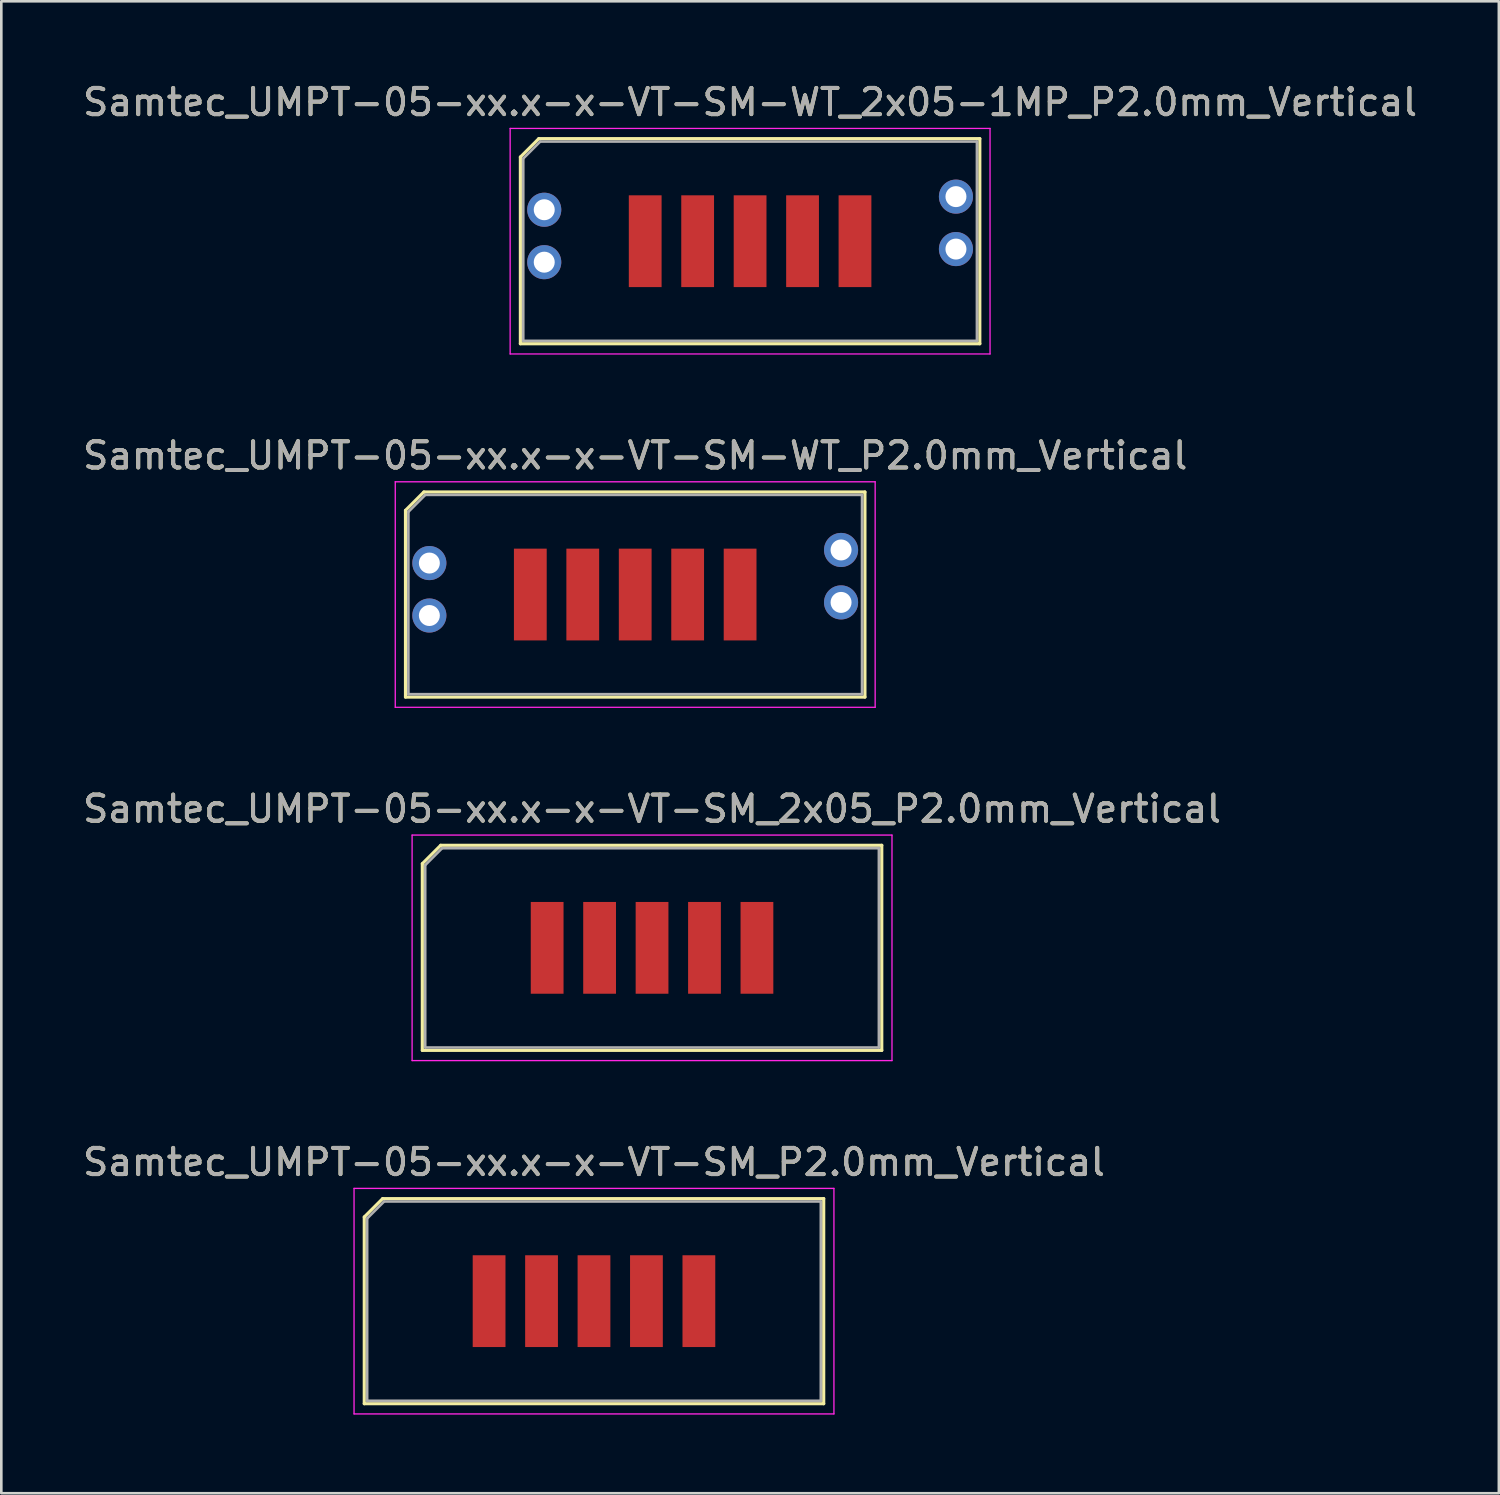
<source format=kicad_pcb>
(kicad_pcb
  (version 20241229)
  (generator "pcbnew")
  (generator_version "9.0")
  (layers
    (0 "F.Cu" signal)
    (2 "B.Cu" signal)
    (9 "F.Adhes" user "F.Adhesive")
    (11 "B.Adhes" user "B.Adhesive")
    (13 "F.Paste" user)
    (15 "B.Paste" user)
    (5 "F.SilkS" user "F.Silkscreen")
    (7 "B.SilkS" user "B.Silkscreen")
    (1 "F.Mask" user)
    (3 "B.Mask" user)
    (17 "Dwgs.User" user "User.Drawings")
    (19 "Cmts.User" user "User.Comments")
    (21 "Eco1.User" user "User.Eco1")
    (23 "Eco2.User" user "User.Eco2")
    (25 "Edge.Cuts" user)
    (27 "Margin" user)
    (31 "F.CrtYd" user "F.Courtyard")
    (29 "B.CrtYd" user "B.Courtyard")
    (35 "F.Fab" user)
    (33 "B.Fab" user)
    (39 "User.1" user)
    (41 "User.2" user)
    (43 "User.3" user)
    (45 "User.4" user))
  (footprint "Samtec_UMPT-05-xx.x-x-VT-SM_2x05_P2.0mm_Vertical"
    (layer "F.Cu")
    (at 21.815 33.095)
    (property "Reference" "Samtec_UMPT-05-xx.x-x-VT-SM_2x05_P2.0mm_Vertical" (at 0 -5.3 0) (layer "F.SilkS") (effects (font (size 1 1) (thickness 0.15))))
    (attr smd)
    (fp_line (start -8.76 -3.209) (end -8.76 3.91) (stroke (width 0.12) (type solid)) (layer "F.SilkS"))
    (fp_line (start -8.76 3.91) (end 8.76 3.91) (stroke (width 0.12) (type solid)) (layer "F.SilkS"))
    (fp_line (start -8.059 -3.91) (end -8.76 -3.209) (stroke (width 0.12) (type solid)) (layer "F.SilkS"))
    (fp_line (start 8.76 -3.91) (end -8.059 -3.91) (stroke (width 0.12) (type solid)) (layer "F.SilkS"))
    (fp_line (start 8.76 3.91) (end 8.76 -3.91) (stroke (width 0.12) (type solid)) (layer "F.SilkS"))
    (fp_line (start -9.15 -4.3) (end -9.15 4.3) (stroke (width 0.05) (type solid)) (layer "F.CrtYd"))
    (fp_line (start -9.15 4.3) (end 9.15 4.3) (stroke (width 0.05) (type solid)) (layer "F.CrtYd"))
    (fp_line (start 9.15 -4.3) (end -9.15 -4.3) (stroke (width 0.05) (type solid)) (layer "F.CrtYd"))
    (fp_line (start 9.15 4.3) (end 9.15 -4.3) (stroke (width 0.05) (type solid)) (layer "F.CrtYd"))
    (fp_line (start -8.65 -3.154) (end -8.65 3.8) (stroke (width 0.1) (type solid)) (layer "F.Fab"))
    (fp_line (start -8.65 3.8) (end 8.65 3.8) (stroke (width 0.1) (type solid)) (layer "F.Fab"))
    (fp_line (start -8.004 -3.8) (end -8.65 -3.154) (stroke (width 0.1) (type solid)) (layer "F.Fab"))
    (fp_line (start 8.65 -3.8) (end -8.004 -3.8) (stroke (width 0.1) (type solid)) (layer "F.Fab"))
    (fp_line (start 8.65 3.8) (end 8.65 -3.8) (stroke (width 0.1) (type solid)) (layer "F.Fab"))
    (fp_text user "${REFERENCE}" (at 0 -5.3 0) (layer "F.Fab") (effects (font (size 1 1) (thickness 0.15))))
    (pad "1" smd rect (at -4 0) (size 1.25 3.5) (layers "F.Cu" "F.Mask" "F.Paste"))
    (pad "2" smd rect (at -2 0) (size 1.25 3.5) (layers "F.Cu" "F.Mask" "F.Paste"))
    (pad "3" smd rect (at 0 0) (size 1.25 3.5) (layers "F.Cu" "F.Mask" "F.Paste"))
    (pad "4" smd rect (at 2 0) (size 1.25 3.5) (layers "F.Cu" "F.Mask" "F.Paste"))
    (pad "5" smd rect (at 4 0) (size 1.25 3.5) (layers "F.Cu" "F.Mask" "F.Paste")))
  (footprint "Samtec_UMPT-05-xx.x-x-VT-SM_P2.0mm_Vertical"
    (layer "F.Cu")
    (at 19.601 46.568)
    (property "Reference" "Samtec_UMPT-05-xx.x-x-VT-SM_P2.0mm_Vertical" (at 0 -5.3 0) (layer "F.SilkS") (effects (font (size 1 1) (thickness 0.15))))
    (attr smd)
    (fp_line (start -8.76 -3.209) (end -8.76 3.91) (stroke (width 0.12) (type solid)) (layer "F.SilkS"))
    (fp_line (start -8.76 3.91) (end 8.76 3.91) (stroke (width 0.12) (type solid)) (layer "F.SilkS"))
    (fp_line (start -8.059 -3.91) (end -8.76 -3.209) (stroke (width 0.12) (type solid)) (layer "F.SilkS"))
    (fp_line (start 8.76 -3.91) (end -8.059 -3.91) (stroke (width 0.12) (type solid)) (layer "F.SilkS"))
    (fp_line (start 8.76 3.91) (end 8.76 -3.91) (stroke (width 0.12) (type solid)) (layer "F.SilkS"))
    (fp_line (start -9.15 -4.3) (end -9.15 4.3) (stroke (width 0.05) (type solid)) (layer "F.CrtYd"))
    (fp_line (start -9.15 4.3) (end 9.15 4.3) (stroke (width 0.05) (type solid)) (layer "F.CrtYd"))
    (fp_line (start 9.15 -4.3) (end -9.15 -4.3) (stroke (width 0.05) (type solid)) (layer "F.CrtYd"))
    (fp_line (start 9.15 4.3) (end 9.15 -4.3) (stroke (width 0.05) (type solid)) (layer "F.CrtYd"))
    (fp_line (start -8.65 -3.154) (end -8.65 3.8) (stroke (width 0.1) (type solid)) (layer "F.Fab"))
    (fp_line (start -8.65 3.8) (end 8.65 3.8) (stroke (width 0.1) (type solid)) (layer "F.Fab"))
    (fp_line (start -8.004 -3.8) (end -8.65 -3.154) (stroke (width 0.1) (type solid)) (layer "F.Fab"))
    (fp_line (start 8.65 -3.8) (end -8.004 -3.8) (stroke (width 0.1) (type solid)) (layer "F.Fab"))
    (fp_line (start 8.65 3.8) (end 8.65 -3.8) (stroke (width 0.1) (type solid)) (layer "F.Fab"))
    (fp_text user "${REFERENCE}" (at 0 -5.3 0) (layer "F.Fab") (effects (font (size 1 1) (thickness 0.15))))
    (pad "1" smd rect (at -4 0) (size 1.25 3.5) (layers "F.Cu" "F.Mask" "F.Paste"))
    (pad "2" smd rect (at -2 0) (size 1.25 3.5) (layers "F.Cu" "F.Mask" "F.Paste"))
    (pad "3" smd rect (at 0 0) (size 1.25 3.5) (layers "F.Cu" "F.Mask" "F.Paste"))
    (pad "4" smd rect (at 2 0) (size 1.25 3.5) (layers "F.Cu" "F.Mask" "F.Paste"))
    (pad "5" smd rect (at 4 0) (size 1.25 3.5) (layers "F.Cu" "F.Mask" "F.Paste")))
  (footprint "Samtec_UMPT-05-xx.x-x-VT-SM-WT_P2.0mm_Vertical"
    (layer "F.Cu")
    (at 21.173 19.622)
    (property "Reference" "Samtec_UMPT-05-xx.x-x-VT-SM-WT_P2.0mm_Vertical" (at 0 -5.3 0) (layer "F.SilkS") (effects (font (size 1 1) (thickness 0.15))))
    (attr smd)
    (fp_line (start -8.76 -3.209) (end -8.76 3.91) (stroke (width 0.12) (type solid)) (layer "F.SilkS"))
    (fp_line (start -8.76 3.91) (end 8.76 3.91) (stroke (width 0.12) (type solid)) (layer "F.SilkS"))
    (fp_line (start -8.059 -3.91) (end -8.76 -3.209) (stroke (width 0.12) (type solid)) (layer "F.SilkS"))
    (fp_line (start 8.76 -3.91) (end -8.059 -3.91) (stroke (width 0.12) (type solid)) (layer "F.SilkS"))
    (fp_line (start 8.76 3.91) (end 8.76 -3.91) (stroke (width 0.12) (type solid)) (layer "F.SilkS"))
    (fp_line (start -9.15 -4.3) (end -9.15 4.3) (stroke (width 0.05) (type solid)) (layer "F.CrtYd"))
    (fp_line (start -9.15 4.3) (end 9.15 4.3) (stroke (width 0.05) (type solid)) (layer "F.CrtYd"))
    (fp_line (start 9.15 -4.3) (end -9.15 -4.3) (stroke (width 0.05) (type solid)) (layer "F.CrtYd"))
    (fp_line (start 9.15 4.3) (end 9.15 -4.3) (stroke (width 0.05) (type solid)) (layer "F.CrtYd"))
    (fp_line (start -8.65 -3.154) (end -8.65 3.8) (stroke (width 0.1) (type solid)) (layer "F.Fab"))
    (fp_line (start -8.65 3.8) (end 8.65 3.8) (stroke (width 0.1) (type solid)) (layer "F.Fab"))
    (fp_line (start -8.004 -3.8) (end -8.65 -3.154) (stroke (width 0.1) (type solid)) (layer "F.Fab"))
    (fp_line (start 8.65 -3.8) (end -8.004 -3.8) (stroke (width 0.1) (type solid)) (layer "F.Fab"))
    (fp_line (start 8.65 3.8) (end 8.65 -3.8) (stroke (width 0.1) (type solid)) (layer "F.Fab"))
    (fp_text user "${REFERENCE}" (at 0 -5.3 0) (layer "F.Fab") (effects (font (size 1 1) (thickness 0.15))))
    (pad "" thru_hole circle (at -7.85 -1.2) (size 1.3 1.3) (drill 0.8) (layers "*.Cu" "*.Mask"))
    (pad "" thru_hole circle (at -7.85 0.8) (size 1.3 1.3) (drill 0.8) (layers "*.Cu" "*.Mask"))
    (pad "" thru_hole circle (at 7.85 -1.7) (size 1.3 1.3) (drill 0.8) (layers "*.Cu" "*.Mask"))
    (pad "" thru_hole circle (at 7.85 0.3) (size 1.3 1.3) (drill 0.8) (layers "*.Cu" "*.Mask"))
    (pad "1" smd rect (at -4 0) (size 1.25 3.5) (layers "F.Cu" "F.Mask" "F.Paste"))
    (pad "2" smd rect (at -2 0) (size 1.25 3.5) (layers "F.Cu" "F.Mask" "F.Paste"))
    (pad "3" smd rect (at 0 0) (size 1.25 3.5) (layers "F.Cu" "F.Mask" "F.Paste"))
    (pad "4" smd rect (at 2 0) (size 1.25 3.5) (layers "F.Cu" "F.Mask" "F.Paste"))
    (pad "5" smd rect (at 4 0) (size 1.25 3.5) (layers "F.Cu" "F.Mask" "F.Paste")))
  (footprint "Samtec_UMPT-05-xx.x-x-VT-SM-WT_2x05-1MP_P2.0mm_Vertical"
    (layer "F.Cu")
    (at 25.554 6.148)
    (property "Reference" "Samtec_UMPT-05-xx.x-x-VT-SM-WT_2x05-1MP_P2.0mm_Vertical" (at 0 -5.3 0) (layer "F.SilkS") (effects (font (size 1 1) (thickness 0.15))))
    (attr smd)
    (fp_line (start -8.76 -3.209) (end -8.76 3.91) (stroke (width 0.12) (type solid)) (layer "F.SilkS"))
    (fp_line (start -8.76 3.91) (end 8.76 3.91) (stroke (width 0.12) (type solid)) (layer "F.SilkS"))
    (fp_line (start -8.059 -3.91) (end -8.76 -3.209) (stroke (width 0.12) (type solid)) (layer "F.SilkS"))
    (fp_line (start 8.76 -3.91) (end -8.059 -3.91) (stroke (width 0.12) (type solid)) (layer "F.SilkS"))
    (fp_line (start 8.76 3.91) (end 8.76 -3.91) (stroke (width 0.12) (type solid)) (layer "F.SilkS"))
    (fp_line (start -9.15 -4.3) (end -9.15 4.3) (stroke (width 0.05) (type solid)) (layer "F.CrtYd"))
    (fp_line (start -9.15 4.3) (end 9.15 4.3) (stroke (width 0.05) (type solid)) (layer "F.CrtYd"))
    (fp_line (start 9.15 -4.3) (end -9.15 -4.3) (stroke (width 0.05) (type solid)) (layer "F.CrtYd"))
    (fp_line (start 9.15 4.3) (end 9.15 -4.3) (stroke (width 0.05) (type solid)) (layer "F.CrtYd"))
    (fp_line (start -8.65 -3.154) (end -8.65 3.8) (stroke (width 0.1) (type solid)) (layer "F.Fab"))
    (fp_line (start -8.65 3.8) (end 8.65 3.8) (stroke (width 0.1) (type solid)) (layer "F.Fab"))
    (fp_line (start -8.004 -3.8) (end -8.65 -3.154) (stroke (width 0.1) (type solid)) (layer "F.Fab"))
    (fp_line (start 8.65 -3.8) (end -8.004 -3.8) (stroke (width 0.1) (type solid)) (layer "F.Fab"))
    (fp_line (start 8.65 3.8) (end 8.65 -3.8) (stroke (width 0.1) (type solid)) (layer "F.Fab"))
    (fp_text user "${REFERENCE}" (at 0 -5.3 0) (layer "F.Fab") (effects (font (size 1 1) (thickness 0.15))))
    (pad "1" smd rect (at -4 0) (size 1.25 3.5) (layers "F.Cu" "F.Mask" "F.Paste"))
    (pad "2" smd rect (at -2 0) (size 1.25 3.5) (layers "F.Cu" "F.Mask" "F.Paste"))
    (pad "3" smd rect (at 0 0) (size 1.25 3.5) (layers "F.Cu" "F.Mask" "F.Paste"))
    (pad "4" smd rect (at 2 0) (size 1.25 3.5) (layers "F.Cu" "F.Mask" "F.Paste"))
    (pad "5" smd rect (at 4 0) (size 1.25 3.5) (layers "F.Cu" "F.Mask" "F.Paste"))
    (pad "MP" thru_hole circle (at -7.85 -1.2) (size 1.3 1.3) (drill 0.8) (layers "*.Cu" "*.Mask"))
    (pad "MP" thru_hole circle (at -7.85 0.8) (size 1.3 1.3) (drill 0.8) (layers "*.Cu" "*.Mask"))
    (pad "MP" thru_hole circle (at 7.85 -1.7) (size 1.3 1.3) (drill 0.8) (layers "*.Cu" "*.Mask"))
    (pad "MP" thru_hole circle (at 7.85 0.3) (size 1.3 1.3) (drill 0.8) (layers "*.Cu" "*.Mask")))
  (gr_rect
    (start -3 -3)
    (end 54.107 53.893)
    (stroke (width 0.1) (type default))
    (fill no)
    (layer "Edge.Cuts")))
</source>
